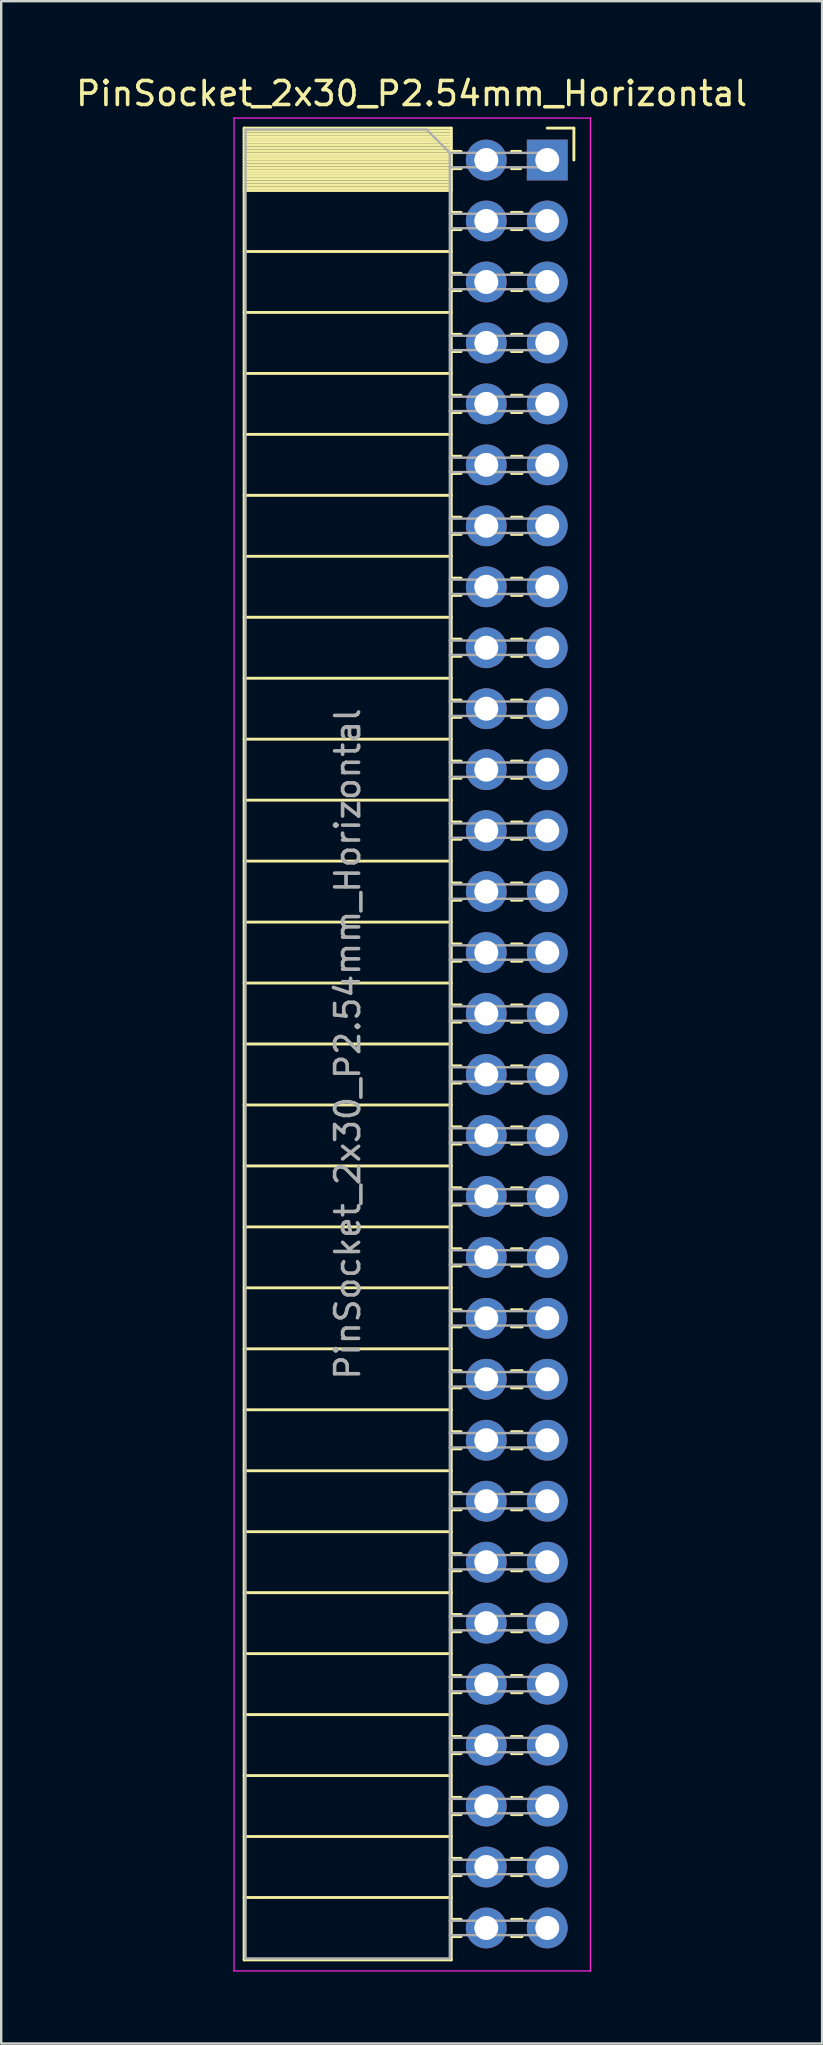
<source format=kicad_pcb>
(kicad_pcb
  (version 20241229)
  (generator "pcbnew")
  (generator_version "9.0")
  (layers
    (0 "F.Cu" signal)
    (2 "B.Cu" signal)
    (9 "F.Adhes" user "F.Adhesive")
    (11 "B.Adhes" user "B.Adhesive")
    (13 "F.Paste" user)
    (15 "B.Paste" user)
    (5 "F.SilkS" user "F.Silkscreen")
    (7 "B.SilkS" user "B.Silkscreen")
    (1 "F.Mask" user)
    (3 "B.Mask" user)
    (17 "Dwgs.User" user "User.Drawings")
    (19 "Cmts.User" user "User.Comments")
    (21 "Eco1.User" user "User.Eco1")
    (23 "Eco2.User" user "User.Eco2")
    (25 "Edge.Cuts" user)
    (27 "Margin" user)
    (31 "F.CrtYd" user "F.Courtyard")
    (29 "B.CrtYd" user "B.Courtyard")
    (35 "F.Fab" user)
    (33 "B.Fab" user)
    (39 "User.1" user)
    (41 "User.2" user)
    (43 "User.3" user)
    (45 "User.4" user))
  (footprint "PinSocket_2x30_P2.54mm_Horizontal"
    (layer "F.Cu")
    (at 19.751 3.618)
    (property "Reference" "PinSocket_2x30_P2.54mm_Horizontal" (at -5.65 -2.77 0) (layer "F.SilkS") (effects (font (size 1 1) (thickness 0.15))))
    (attr through_hole)
    (fp_line (start -12.63 -1.33) (end -12.63 74.99) (stroke (width 0.12) (type solid)) (layer "F.SilkS"))
    (fp_line (start -12.63 -1.33) (end -4 -1.33) (stroke (width 0.12) (type solid)) (layer "F.SilkS"))
    (fp_line (start -12.63 -1.21) (end -4 -1.21) (stroke (width 0.12) (type solid)) (layer "F.SilkS"))
    (fp_line (start -12.63 -1.092) (end -4 -1.092) (stroke (width 0.12) (type solid)) (layer "F.SilkS"))
    (fp_line (start -12.63 -0.974) (end -4 -0.974) (stroke (width 0.12) (type solid)) (layer "F.SilkS"))
    (fp_line (start -12.63 -0.856) (end -4 -0.856) (stroke (width 0.12) (type solid)) (layer "F.SilkS"))
    (fp_line (start -12.63 -0.738) (end -4 -0.738) (stroke (width 0.12) (type solid)) (layer "F.SilkS"))
    (fp_line (start -12.63 -0.62) (end -4 -0.62) (stroke (width 0.12) (type solid)) (layer "F.SilkS"))
    (fp_line (start -12.63 -0.501) (end -4 -0.501) (stroke (width 0.12) (type solid)) (layer "F.SilkS"))
    (fp_line (start -12.63 -0.383) (end -4 -0.383) (stroke (width 0.12) (type solid)) (layer "F.SilkS"))
    (fp_line (start -12.63 -0.265) (end -4 -0.265) (stroke (width 0.12) (type solid)) (layer "F.SilkS"))
    (fp_line (start -12.63 -0.147) (end -4 -0.147) (stroke (width 0.12) (type solid)) (layer "F.SilkS"))
    (fp_line (start -12.63 -0.029) (end -4 -0.029) (stroke (width 0.12) (type solid)) (layer "F.SilkS"))
    (fp_line (start -12.63 0.089) (end -4 0.089) (stroke (width 0.12) (type solid)) (layer "F.SilkS"))
    (fp_line (start -12.63 0.207) (end -4 0.207) (stroke (width 0.12) (type solid)) (layer "F.SilkS"))
    (fp_line (start -12.63 0.325) (end -4 0.325) (stroke (width 0.12) (type solid)) (layer "F.SilkS"))
    (fp_line (start -12.63 0.443) (end -4 0.443) (stroke (width 0.12) (type solid)) (layer "F.SilkS"))
    (fp_line (start -12.63 0.561) (end -4 0.561) (stroke (width 0.12) (type solid)) (layer "F.SilkS"))
    (fp_line (start -12.63 0.68) (end -4 0.68) (stroke (width 0.12) (type solid)) (layer "F.SilkS"))
    (fp_line (start -12.63 0.798) (end -4 0.798) (stroke (width 0.12) (type solid)) (layer "F.SilkS"))
    (fp_line (start -12.63 0.916) (end -4 0.916) (stroke (width 0.12) (type solid)) (layer "F.SilkS"))
    (fp_line (start -12.63 1.034) (end -4 1.034) (stroke (width 0.12) (type solid)) (layer "F.SilkS"))
    (fp_line (start -12.63 1.152) (end -4 1.152) (stroke (width 0.12) (type solid)) (layer "F.SilkS"))
    (fp_line (start -12.63 1.27) (end -4 1.27) (stroke (width 0.12) (type solid)) (layer "F.SilkS"))
    (fp_line (start -12.63 3.81) (end -4 3.81) (stroke (width 0.12) (type solid)) (layer "F.SilkS"))
    (fp_line (start -12.63 6.35) (end -4 6.35) (stroke (width 0.12) (type solid)) (layer "F.SilkS"))
    (fp_line (start -12.63 8.89) (end -4 8.89) (stroke (width 0.12) (type solid)) (layer "F.SilkS"))
    (fp_line (start -12.63 11.43) (end -4 11.43) (stroke (width 0.12) (type solid)) (layer "F.SilkS"))
    (fp_line (start -12.63 13.97) (end -4 13.97) (stroke (width 0.12) (type solid)) (layer "F.SilkS"))
    (fp_line (start -12.63 16.51) (end -4 16.51) (stroke (width 0.12) (type solid)) (layer "F.SilkS"))
    (fp_line (start -12.63 19.05) (end -4 19.05) (stroke (width 0.12) (type solid)) (layer "F.SilkS"))
    (fp_line (start -12.63 21.59) (end -4 21.59) (stroke (width 0.12) (type solid)) (layer "F.SilkS"))
    (fp_line (start -12.63 24.13) (end -4 24.13) (stroke (width 0.12) (type solid)) (layer "F.SilkS"))
    (fp_line (start -12.63 26.67) (end -4 26.67) (stroke (width 0.12) (type solid)) (layer "F.SilkS"))
    (fp_line (start -12.63 29.21) (end -4 29.21) (stroke (width 0.12) (type solid)) (layer "F.SilkS"))
    (fp_line (start -12.63 31.75) (end -4 31.75) (stroke (width 0.12) (type solid)) (layer "F.SilkS"))
    (fp_line (start -12.63 34.29) (end -4 34.29) (stroke (width 0.12) (type solid)) (layer "F.SilkS"))
    (fp_line (start -12.63 36.83) (end -4 36.83) (stroke (width 0.12) (type solid)) (layer "F.SilkS"))
    (fp_line (start -12.63 39.37) (end -4 39.37) (stroke (width 0.12) (type solid)) (layer "F.SilkS"))
    (fp_line (start -12.63 41.91) (end -4 41.91) (stroke (width 0.12) (type solid)) (layer "F.SilkS"))
    (fp_line (start -12.63 44.45) (end -4 44.45) (stroke (width 0.12) (type solid)) (layer "F.SilkS"))
    (fp_line (start -12.63 46.99) (end -4 46.99) (stroke (width 0.12) (type solid)) (layer "F.SilkS"))
    (fp_line (start -12.63 49.53) (end -4 49.53) (stroke (width 0.12) (type solid)) (layer "F.SilkS"))
    (fp_line (start -12.63 52.07) (end -4 52.07) (stroke (width 0.12) (type solid)) (layer "F.SilkS"))
    (fp_line (start -12.63 54.61) (end -4 54.61) (stroke (width 0.12) (type solid)) (layer "F.SilkS"))
    (fp_line (start -12.63 57.15) (end -4 57.15) (stroke (width 0.12) (type solid)) (layer "F.SilkS"))
    (fp_line (start -12.63 59.69) (end -4 59.69) (stroke (width 0.12) (type solid)) (layer "F.SilkS"))
    (fp_line (start -12.63 62.23) (end -4 62.23) (stroke (width 0.12) (type solid)) (layer "F.SilkS"))
    (fp_line (start -12.63 64.77) (end -4 64.77) (stroke (width 0.12) (type solid)) (layer "F.SilkS"))
    (fp_line (start -12.63 67.31) (end -4 67.31) (stroke (width 0.12) (type solid)) (layer "F.SilkS"))
    (fp_line (start -12.63 69.85) (end -4 69.85) (stroke (width 0.12) (type solid)) (layer "F.SilkS"))
    (fp_line (start -12.63 72.39) (end -4 72.39) (stroke (width 0.12) (type solid)) (layer "F.SilkS"))
    (fp_line (start -12.63 74.99) (end -4 74.99) (stroke (width 0.12) (type solid)) (layer "F.SilkS"))
    (fp_line (start -4 -1.33) (end -4 74.99) (stroke (width 0.12) (type solid)) (layer "F.SilkS"))
    (fp_line (start -4 -0.36) (end -3.59 -0.36) (stroke (width 0.12) (type solid)) (layer "F.SilkS"))
    (fp_line (start -4 0.36) (end -3.59 0.36) (stroke (width 0.12) (type solid)) (layer "F.SilkS"))
    (fp_line (start -4 2.18) (end -3.59 2.18) (stroke (width 0.12) (type solid)) (layer "F.SilkS"))
    (fp_line (start -4 2.9) (end -3.59 2.9) (stroke (width 0.12) (type solid)) (layer "F.SilkS"))
    (fp_line (start -4 4.72) (end -3.59 4.72) (stroke (width 0.12) (type solid)) (layer "F.SilkS"))
    (fp_line (start -4 5.44) (end -3.59 5.44) (stroke (width 0.12) (type solid)) (layer "F.SilkS"))
    (fp_line (start -4 7.26) (end -3.59 7.26) (stroke (width 0.12) (type solid)) (layer "F.SilkS"))
    (fp_line (start -4 7.98) (end -3.59 7.98) (stroke (width 0.12) (type solid)) (layer "F.SilkS"))
    (fp_line (start -4 9.8) (end -3.59 9.8) (stroke (width 0.12) (type solid)) (layer "F.SilkS"))
    (fp_line (start -4 10.52) (end -3.59 10.52) (stroke (width 0.12) (type solid)) (layer "F.SilkS"))
    (fp_line (start -4 12.34) (end -3.59 12.34) (stroke (width 0.12) (type solid)) (layer "F.SilkS"))
    (fp_line (start -4 13.06) (end -3.59 13.06) (stroke (width 0.12) (type solid)) (layer "F.SilkS"))
    (fp_line (start -4 14.88) (end -3.59 14.88) (stroke (width 0.12) (type solid)) (layer "F.SilkS"))
    (fp_line (start -4 15.6) (end -3.59 15.6) (stroke (width 0.12) (type solid)) (layer "F.SilkS"))
    (fp_line (start -4 17.42) (end -3.59 17.42) (stroke (width 0.12) (type solid)) (layer "F.SilkS"))
    (fp_line (start -4 18.14) (end -3.59 18.14) (stroke (width 0.12) (type solid)) (layer "F.SilkS"))
    (fp_line (start -4 19.96) (end -3.59 19.96) (stroke (width 0.12) (type solid)) (layer "F.SilkS"))
    (fp_line (start -4 20.68) (end -3.59 20.68) (stroke (width 0.12) (type solid)) (layer "F.SilkS"))
    (fp_line (start -4 22.5) (end -3.59 22.5) (stroke (width 0.12) (type solid)) (layer "F.SilkS"))
    (fp_line (start -4 23.22) (end -3.59 23.22) (stroke (width 0.12) (type solid)) (layer "F.SilkS"))
    (fp_line (start -4 25.04) (end -3.59 25.04) (stroke (width 0.12) (type solid)) (layer "F.SilkS"))
    (fp_line (start -4 25.76) (end -3.59 25.76) (stroke (width 0.12) (type solid)) (layer "F.SilkS"))
    (fp_line (start -4 27.58) (end -3.59 27.58) (stroke (width 0.12) (type solid)) (layer "F.SilkS"))
    (fp_line (start -4 28.3) (end -3.59 28.3) (stroke (width 0.12) (type solid)) (layer "F.SilkS"))
    (fp_line (start -4 30.12) (end -3.59 30.12) (stroke (width 0.12) (type solid)) (layer "F.SilkS"))
    (fp_line (start -4 30.84) (end -3.59 30.84) (stroke (width 0.12) (type solid)) (layer "F.SilkS"))
    (fp_line (start -4 32.66) (end -3.59 32.66) (stroke (width 0.12) (type solid)) (layer "F.SilkS"))
    (fp_line (start -4 33.38) (end -3.59 33.38) (stroke (width 0.12) (type solid)) (layer "F.SilkS"))
    (fp_line (start -4 35.2) (end -3.59 35.2) (stroke (width 0.12) (type solid)) (layer "F.SilkS"))
    (fp_line (start -4 35.92) (end -3.59 35.92) (stroke (width 0.12) (type solid)) (layer "F.SilkS"))
    (fp_line (start -4 37.74) (end -3.59 37.74) (stroke (width 0.12) (type solid)) (layer "F.SilkS"))
    (fp_line (start -4 38.46) (end -3.59 38.46) (stroke (width 0.12) (type solid)) (layer "F.SilkS"))
    (fp_line (start -4 40.28) (end -3.59 40.28) (stroke (width 0.12) (type solid)) (layer "F.SilkS"))
    (fp_line (start -4 41) (end -3.59 41) (stroke (width 0.12) (type solid)) (layer "F.SilkS"))
    (fp_line (start -4 42.82) (end -3.59 42.82) (stroke (width 0.12) (type solid)) (layer "F.SilkS"))
    (fp_line (start -4 43.54) (end -3.59 43.54) (stroke (width 0.12) (type solid)) (layer "F.SilkS"))
    (fp_line (start -4 45.36) (end -3.59 45.36) (stroke (width 0.12) (type solid)) (layer "F.SilkS"))
    (fp_line (start -4 46.08) (end -3.59 46.08) (stroke (width 0.12) (type solid)) (layer "F.SilkS"))
    (fp_line (start -4 47.9) (end -3.59 47.9) (stroke (width 0.12) (type solid)) (layer "F.SilkS"))
    (fp_line (start -4 48.62) (end -3.59 48.62) (stroke (width 0.12) (type solid)) (layer "F.SilkS"))
    (fp_line (start -4 50.44) (end -3.59 50.44) (stroke (width 0.12) (type solid)) (layer "F.SilkS"))
    (fp_line (start -4 51.16) (end -3.59 51.16) (stroke (width 0.12) (type solid)) (layer "F.SilkS"))
    (fp_line (start -4 52.98) (end -3.59 52.98) (stroke (width 0.12) (type solid)) (layer "F.SilkS"))
    (fp_line (start -4 53.7) (end -3.59 53.7) (stroke (width 0.12) (type solid)) (layer "F.SilkS"))
    (fp_line (start -4 55.52) (end -3.59 55.52) (stroke (width 0.12) (type solid)) (layer "F.SilkS"))
    (fp_line (start -4 56.24) (end -3.59 56.24) (stroke (width 0.12) (type solid)) (layer "F.SilkS"))
    (fp_line (start -4 58.06) (end -3.59 58.06) (stroke (width 0.12) (type solid)) (layer "F.SilkS"))
    (fp_line (start -4 58.78) (end -3.59 58.78) (stroke (width 0.12) (type solid)) (layer "F.SilkS"))
    (fp_line (start -4 60.6) (end -3.59 60.6) (stroke (width 0.12) (type solid)) (layer "F.SilkS"))
    (fp_line (start -4 61.32) (end -3.59 61.32) (stroke (width 0.12) (type solid)) (layer "F.SilkS"))
    (fp_line (start -4 63.14) (end -3.59 63.14) (stroke (width 0.12) (type solid)) (layer "F.SilkS"))
    (fp_line (start -4 63.86) (end -3.59 63.86) (stroke (width 0.12) (type solid)) (layer "F.SilkS"))
    (fp_line (start -4 65.68) (end -3.59 65.68) (stroke (width 0.12) (type solid)) (layer "F.SilkS"))
    (fp_line (start -4 66.4) (end -3.59 66.4) (stroke (width 0.12) (type solid)) (layer "F.SilkS"))
    (fp_line (start -4 68.22) (end -3.59 68.22) (stroke (width 0.12) (type solid)) (layer "F.SilkS"))
    (fp_line (start -4 68.94) (end -3.59 68.94) (stroke (width 0.12) (type solid)) (layer "F.SilkS"))
    (fp_line (start -4 70.76) (end -3.59 70.76) (stroke (width 0.12) (type solid)) (layer "F.SilkS"))
    (fp_line (start -4 71.48) (end -3.59 71.48) (stroke (width 0.12) (type solid)) (layer "F.SilkS"))
    (fp_line (start -4 73.3) (end -3.59 73.3) (stroke (width 0.12) (type solid)) (layer "F.SilkS"))
    (fp_line (start -4 74.02) (end -3.59 74.02) (stroke (width 0.12) (type solid)) (layer "F.SilkS"))
    (fp_line (start -1.49 -0.36) (end -1.11 -0.36) (stroke (width 0.12) (type solid)) (layer "F.SilkS"))
    (fp_line (start -1.49 0.36) (end -1.11 0.36) (stroke (width 0.12) (type solid)) (layer "F.SilkS"))
    (fp_line (start -1.49 2.18) (end -1.05 2.18) (stroke (width 0.12) (type solid)) (layer "F.SilkS"))
    (fp_line (start -1.49 2.9) (end -1.05 2.9) (stroke (width 0.12) (type solid)) (layer "F.SilkS"))
    (fp_line (start -1.49 4.72) (end -1.05 4.72) (stroke (width 0.12) (type solid)) (layer "F.SilkS"))
    (fp_line (start -1.49 5.44) (end -1.05 5.44) (stroke (width 0.12) (type solid)) (layer "F.SilkS"))
    (fp_line (start -1.49 7.26) (end -1.05 7.26) (stroke (width 0.12) (type solid)) (layer "F.SilkS"))
    (fp_line (start -1.49 7.98) (end -1.05 7.98) (stroke (width 0.12) (type solid)) (layer "F.SilkS"))
    (fp_line (start -1.49 9.8) (end -1.05 9.8) (stroke (width 0.12) (type solid)) (layer "F.SilkS"))
    (fp_line (start -1.49 10.52) (end -1.05 10.52) (stroke (width 0.12) (type solid)) (layer "F.SilkS"))
    (fp_line (start -1.49 12.34) (end -1.05 12.34) (stroke (width 0.12) (type solid)) (layer "F.SilkS"))
    (fp_line (start -1.49 13.06) (end -1.05 13.06) (stroke (width 0.12) (type solid)) (layer "F.SilkS"))
    (fp_line (start -1.49 14.88) (end -1.05 14.88) (stroke (width 0.12) (type solid)) (layer "F.SilkS"))
    (fp_line (start -1.49 15.6) (end -1.05 15.6) (stroke (width 0.12) (type solid)) (layer "F.SilkS"))
    (fp_line (start -1.49 17.42) (end -1.05 17.42) (stroke (width 0.12) (type solid)) (layer "F.SilkS"))
    (fp_line (start -1.49 18.14) (end -1.05 18.14) (stroke (width 0.12) (type solid)) (layer "F.SilkS"))
    (fp_line (start -1.49 19.96) (end -1.05 19.96) (stroke (width 0.12) (type solid)) (layer "F.SilkS"))
    (fp_line (start -1.49 20.68) (end -1.05 20.68) (stroke (width 0.12) (type solid)) (layer "F.SilkS"))
    (fp_line (start -1.49 22.5) (end -1.05 22.5) (stroke (width 0.12) (type solid)) (layer "F.SilkS"))
    (fp_line (start -1.49 23.22) (end -1.05 23.22) (stroke (width 0.12) (type solid)) (layer "F.SilkS"))
    (fp_line (start -1.49 25.04) (end -1.05 25.04) (stroke (width 0.12) (type solid)) (layer "F.SilkS"))
    (fp_line (start -1.49 25.76) (end -1.05 25.76) (stroke (width 0.12) (type solid)) (layer "F.SilkS"))
    (fp_line (start -1.49 27.58) (end -1.05 27.58) (stroke (width 0.12) (type solid)) (layer "F.SilkS"))
    (fp_line (start -1.49 28.3) (end -1.05 28.3) (stroke (width 0.12) (type solid)) (layer "F.SilkS"))
    (fp_line (start -1.49 30.12) (end -1.05 30.12) (stroke (width 0.12) (type solid)) (layer "F.SilkS"))
    (fp_line (start -1.49 30.84) (end -1.05 30.84) (stroke (width 0.12) (type solid)) (layer "F.SilkS"))
    (fp_line (start -1.49 32.66) (end -1.05 32.66) (stroke (width 0.12) (type solid)) (layer "F.SilkS"))
    (fp_line (start -1.49 33.38) (end -1.05 33.38) (stroke (width 0.12) (type solid)) (layer "F.SilkS"))
    (fp_line (start -1.49 35.2) (end -1.05 35.2) (stroke (width 0.12) (type solid)) (layer "F.SilkS"))
    (fp_line (start -1.49 35.92) (end -1.05 35.92) (stroke (width 0.12) (type solid)) (layer "F.SilkS"))
    (fp_line (start -1.49 37.74) (end -1.05 37.74) (stroke (width 0.12) (type solid)) (layer "F.SilkS"))
    (fp_line (start -1.49 38.46) (end -1.05 38.46) (stroke (width 0.12) (type solid)) (layer "F.SilkS"))
    (fp_line (start -1.49 40.28) (end -1.05 40.28) (stroke (width 0.12) (type solid)) (layer "F.SilkS"))
    (fp_line (start -1.49 41) (end -1.05 41) (stroke (width 0.12) (type solid)) (layer "F.SilkS"))
    (fp_line (start -1.49 42.82) (end -1.05 42.82) (stroke (width 0.12) (type solid)) (layer "F.SilkS"))
    (fp_line (start -1.49 43.54) (end -1.05 43.54) (stroke (width 0.12) (type solid)) (layer "F.SilkS"))
    (fp_line (start -1.49 45.36) (end -1.05 45.36) (stroke (width 0.12) (type solid)) (layer "F.SilkS"))
    (fp_line (start -1.49 46.08) (end -1.05 46.08) (stroke (width 0.12) (type solid)) (layer "F.SilkS"))
    (fp_line (start -1.49 47.9) (end -1.05 47.9) (stroke (width 0.12) (type solid)) (layer "F.SilkS"))
    (fp_line (start -1.49 48.62) (end -1.05 48.62) (stroke (width 0.12) (type solid)) (layer "F.SilkS"))
    (fp_line (start -1.49 50.44) (end -1.05 50.44) (stroke (width 0.12) (type solid)) (layer "F.SilkS"))
    (fp_line (start -1.49 51.16) (end -1.05 51.16) (stroke (width 0.12) (type solid)) (layer "F.SilkS"))
    (fp_line (start -1.49 52.98) (end -1.05 52.98) (stroke (width 0.12) (type solid)) (layer "F.SilkS"))
    (fp_line (start -1.49 53.7) (end -1.05 53.7) (stroke (width 0.12) (type solid)) (layer "F.SilkS"))
    (fp_line (start -1.49 55.52) (end -1.05 55.52) (stroke (width 0.12) (type solid)) (layer "F.SilkS"))
    (fp_line (start -1.49 56.24) (end -1.05 56.24) (stroke (width 0.12) (type solid)) (layer "F.SilkS"))
    (fp_line (start -1.49 58.06) (end -1.05 58.06) (stroke (width 0.12) (type solid)) (layer "F.SilkS"))
    (fp_line (start -1.49 58.78) (end -1.05 58.78) (stroke (width 0.12) (type solid)) (layer "F.SilkS"))
    (fp_line (start -1.49 60.6) (end -1.05 60.6) (stroke (width 0.12) (type solid)) (layer "F.SilkS"))
    (fp_line (start -1.49 61.32) (end -1.05 61.32) (stroke (width 0.12) (type solid)) (layer "F.SilkS"))
    (fp_line (start -1.49 63.14) (end -1.05 63.14) (stroke (width 0.12) (type solid)) (layer "F.SilkS"))
    (fp_line (start -1.49 63.86) (end -1.05 63.86) (stroke (width 0.12) (type solid)) (layer "F.SilkS"))
    (fp_line (start -1.49 65.68) (end -1.05 65.68) (stroke (width 0.12) (type solid)) (layer "F.SilkS"))
    (fp_line (start -1.49 66.4) (end -1.05 66.4) (stroke (width 0.12) (type solid)) (layer "F.SilkS"))
    (fp_line (start -1.49 68.22) (end -1.05 68.22) (stroke (width 0.12) (type solid)) (layer "F.SilkS"))
    (fp_line (start -1.49 68.94) (end -1.05 68.94) (stroke (width 0.12) (type solid)) (layer "F.SilkS"))
    (fp_line (start -1.49 70.76) (end -1.05 70.76) (stroke (width 0.12) (type solid)) (layer "F.SilkS"))
    (fp_line (start -1.49 71.48) (end -1.05 71.48) (stroke (width 0.12) (type solid)) (layer "F.SilkS"))
    (fp_line (start -1.49 73.3) (end -1.05 73.3) (stroke (width 0.12) (type solid)) (layer "F.SilkS"))
    (fp_line (start -1.49 74.02) (end -1.05 74.02) (stroke (width 0.12) (type solid)) (layer "F.SilkS"))
    (fp_line (start 0 -1.33) (end 1.11 -1.33) (stroke (width 0.12) (type solid)) (layer "F.SilkS"))
    (fp_line (start 1.11 -1.33) (end 1.11 0) (stroke (width 0.12) (type solid)) (layer "F.SilkS"))
    (fp_line (start -13.05 -1.75) (end -13.05 75.45) (stroke (width 0.05) (type solid)) (layer "F.CrtYd"))
    (fp_line (start -13.05 75.45) (end 1.8 75.45) (stroke (width 0.05) (type solid)) (layer "F.CrtYd"))
    (fp_line (start 1.8 -1.75) (end -13.05 -1.75) (stroke (width 0.05) (type solid)) (layer "F.CrtYd"))
    (fp_line (start 1.8 75.45) (end 1.8 -1.75) (stroke (width 0.05) (type solid)) (layer "F.CrtYd"))
    (fp_line (start -12.57 -1.27) (end -5.03 -1.27) (stroke (width 0.1) (type solid)) (layer "F.Fab"))
    (fp_line (start -12.57 74.93) (end -12.57 -1.27) (stroke (width 0.1) (type solid)) (layer "F.Fab"))
    (fp_line (start -5.03 -1.27) (end -4.06 -0.3) (stroke (width 0.1) (type solid)) (layer "F.Fab"))
    (fp_line (start -4.06 -0.3) (end -4.06 74.93) (stroke (width 0.1) (type solid)) (layer "F.Fab"))
    (fp_line (start -4.06 0.3) (end 0 0.3) (stroke (width 0.1) (type solid)) (layer "F.Fab"))
    (fp_line (start -4.06 2.84) (end 0 2.84) (stroke (width 0.1) (type solid)) (layer "F.Fab"))
    (fp_line (start -4.06 5.38) (end 0 5.38) (stroke (width 0.1) (type solid)) (layer "F.Fab"))
    (fp_line (start -4.06 7.92) (end 0 7.92) (stroke (width 0.1) (type solid)) (layer "F.Fab"))
    (fp_line (start -4.06 10.46) (end 0 10.46) (stroke (width 0.1) (type solid)) (layer "F.Fab"))
    (fp_line (start -4.06 13) (end 0 13) (stroke (width 0.1) (type solid)) (layer "F.Fab"))
    (fp_line (start -4.06 15.54) (end 0 15.54) (stroke (width 0.1) (type solid)) (layer "F.Fab"))
    (fp_line (start -4.06 18.08) (end 0 18.08) (stroke (width 0.1) (type solid)) (layer "F.Fab"))
    (fp_line (start -4.06 20.62) (end 0 20.62) (stroke (width 0.1) (type solid)) (layer "F.Fab"))
    (fp_line (start -4.06 23.16) (end 0 23.16) (stroke (width 0.1) (type solid)) (layer "F.Fab"))
    (fp_line (start -4.06 25.7) (end 0 25.7) (stroke (width 0.1) (type solid)) (layer "F.Fab"))
    (fp_line (start -4.06 28.24) (end 0 28.24) (stroke (width 0.1) (type solid)) (layer "F.Fab"))
    (fp_line (start -4.06 30.78) (end 0 30.78) (stroke (width 0.1) (type solid)) (layer "F.Fab"))
    (fp_line (start -4.06 33.32) (end 0 33.32) (stroke (width 0.1) (type solid)) (layer "F.Fab"))
    (fp_line (start -4.06 35.86) (end 0 35.86) (stroke (width 0.1) (type solid)) (layer "F.Fab"))
    (fp_line (start -4.06 38.4) (end 0 38.4) (stroke (width 0.1) (type solid)) (layer "F.Fab"))
    (fp_line (start -4.06 40.94) (end 0 40.94) (stroke (width 0.1) (type solid)) (layer "F.Fab"))
    (fp_line (start -4.06 43.48) (end 0 43.48) (stroke (width 0.1) (type solid)) (layer "F.Fab"))
    (fp_line (start -4.06 46.02) (end 0 46.02) (stroke (width 0.1) (type solid)) (layer "F.Fab"))
    (fp_line (start -4.06 48.56) (end 0 48.56) (stroke (width 0.1) (type solid)) (layer "F.Fab"))
    (fp_line (start -4.06 51.1) (end 0 51.1) (stroke (width 0.1) (type solid)) (layer "F.Fab"))
    (fp_line (start -4.06 53.64) (end 0 53.64) (stroke (width 0.1) (type solid)) (layer "F.Fab"))
    (fp_line (start -4.06 56.18) (end 0 56.18) (stroke (width 0.1) (type solid)) (layer "F.Fab"))
    (fp_line (start -4.06 58.72) (end 0 58.72) (stroke (width 0.1) (type solid)) (layer "F.Fab"))
    (fp_line (start -4.06 61.26) (end 0 61.26) (stroke (width 0.1) (type solid)) (layer "F.Fab"))
    (fp_line (start -4.06 63.8) (end 0 63.8) (stroke (width 0.1) (type solid)) (layer "F.Fab"))
    (fp_line (start -4.06 66.34) (end 0 66.34) (stroke (width 0.1) (type solid)) (layer "F.Fab"))
    (fp_line (start -4.06 68.88) (end 0 68.88) (stroke (width 0.1) (type solid)) (layer "F.Fab"))
    (fp_line (start -4.06 71.42) (end 0 71.42) (stroke (width 0.1) (type solid)) (layer "F.Fab"))
    (fp_line (start -4.06 73.96) (end 0 73.96) (stroke (width 0.1) (type solid)) (layer "F.Fab"))
    (fp_line (start -4.06 74.93) (end -12.57 74.93) (stroke (width 0.1) (type solid)) (layer "F.Fab"))
    (fp_line (start 0 -0.3) (end -4.06 -0.3) (stroke (width 0.1) (type solid)) (layer "F.Fab"))
    (fp_line (start 0 0.3) (end 0 -0.3) (stroke (width 0.1) (type solid)) (layer "F.Fab"))
    (fp_line (start 0 2.24) (end -4.06 2.24) (stroke (width 0.1) (type solid)) (layer "F.Fab"))
    (fp_line (start 0 2.84) (end 0 2.24) (stroke (width 0.1) (type solid)) (layer "F.Fab"))
    (fp_line (start 0 4.78) (end -4.06 4.78) (stroke (width 0.1) (type solid)) (layer "F.Fab"))
    (fp_line (start 0 5.38) (end 0 4.78) (stroke (width 0.1) (type solid)) (layer "F.Fab"))
    (fp_line (start 0 7.32) (end -4.06 7.32) (stroke (width 0.1) (type solid)) (layer "F.Fab"))
    (fp_line (start 0 7.92) (end 0 7.32) (stroke (width 0.1) (type solid)) (layer "F.Fab"))
    (fp_line (start 0 9.86) (end -4.06 9.86) (stroke (width 0.1) (type solid)) (layer "F.Fab"))
    (fp_line (start 0 10.46) (end 0 9.86) (stroke (width 0.1) (type solid)) (layer "F.Fab"))
    (fp_line (start 0 12.4) (end -4.06 12.4) (stroke (width 0.1) (type solid)) (layer "F.Fab"))
    (fp_line (start 0 13) (end 0 12.4) (stroke (width 0.1) (type solid)) (layer "F.Fab"))
    (fp_line (start 0 14.94) (end -4.06 14.94) (stroke (width 0.1) (type solid)) (layer "F.Fab"))
    (fp_line (start 0 15.54) (end 0 14.94) (stroke (width 0.1) (type solid)) (layer "F.Fab"))
    (fp_line (start 0 17.48) (end -4.06 17.48) (stroke (width 0.1) (type solid)) (layer "F.Fab"))
    (fp_line (start 0 18.08) (end 0 17.48) (stroke (width 0.1) (type solid)) (layer "F.Fab"))
    (fp_line (start 0 20.02) (end -4.06 20.02) (stroke (width 0.1) (type solid)) (layer "F.Fab"))
    (fp_line (start 0 20.62) (end 0 20.02) (stroke (width 0.1) (type solid)) (layer "F.Fab"))
    (fp_line (start 0 22.56) (end -4.06 22.56) (stroke (width 0.1) (type solid)) (layer "F.Fab"))
    (fp_line (start 0 23.16) (end 0 22.56) (stroke (width 0.1) (type solid)) (layer "F.Fab"))
    (fp_line (start 0 25.1) (end -4.06 25.1) (stroke (width 0.1) (type solid)) (layer "F.Fab"))
    (fp_line (start 0 25.7) (end 0 25.1) (stroke (width 0.1) (type solid)) (layer "F.Fab"))
    (fp_line (start 0 27.64) (end -4.06 27.64) (stroke (width 0.1) (type solid)) (layer "F.Fab"))
    (fp_line (start 0 28.24) (end 0 27.64) (stroke (width 0.1) (type solid)) (layer "F.Fab"))
    (fp_line (start 0 30.18) (end -4.06 30.18) (stroke (width 0.1) (type solid)) (layer "F.Fab"))
    (fp_line (start 0 30.78) (end 0 30.18) (stroke (width 0.1) (type solid)) (layer "F.Fab"))
    (fp_line (start 0 32.72) (end -4.06 32.72) (stroke (width 0.1) (type solid)) (layer "F.Fab"))
    (fp_line (start 0 33.32) (end 0 32.72) (stroke (width 0.1) (type solid)) (layer "F.Fab"))
    (fp_line (start 0 35.26) (end -4.06 35.26) (stroke (width 0.1) (type solid)) (layer "F.Fab"))
    (fp_line (start 0 35.86) (end 0 35.26) (stroke (width 0.1) (type solid)) (layer "F.Fab"))
    (fp_line (start 0 37.8) (end -4.06 37.8) (stroke (width 0.1) (type solid)) (layer "F.Fab"))
    (fp_line (start 0 38.4) (end 0 37.8) (stroke (width 0.1) (type solid)) (layer "F.Fab"))
    (fp_line (start 0 40.34) (end -4.06 40.34) (stroke (width 0.1) (type solid)) (layer "F.Fab"))
    (fp_line (start 0 40.94) (end 0 40.34) (stroke (width 0.1) (type solid)) (layer "F.Fab"))
    (fp_line (start 0 42.88) (end -4.06 42.88) (stroke (width 0.1) (type solid)) (layer "F.Fab"))
    (fp_line (start 0 43.48) (end 0 42.88) (stroke (width 0.1) (type solid)) (layer "F.Fab"))
    (fp_line (start 0 45.42) (end -4.06 45.42) (stroke (width 0.1) (type solid)) (layer "F.Fab"))
    (fp_line (start 0 46.02) (end 0 45.42) (stroke (width 0.1) (type solid)) (layer "F.Fab"))
    (fp_line (start 0 47.96) (end -4.06 47.96) (stroke (width 0.1) (type solid)) (layer "F.Fab"))
    (fp_line (start 0 48.56) (end 0 47.96) (stroke (width 0.1) (type solid)) (layer "F.Fab"))
    (fp_line (start 0 50.5) (end -4.06 50.5) (stroke (width 0.1) (type solid)) (layer "F.Fab"))
    (fp_line (start 0 51.1) (end 0 50.5) (stroke (width 0.1) (type solid)) (layer "F.Fab"))
    (fp_line (start 0 53.04) (end -4.06 53.04) (stroke (width 0.1) (type solid)) (layer "F.Fab"))
    (fp_line (start 0 53.64) (end 0 53.04) (stroke (width 0.1) (type solid)) (layer "F.Fab"))
    (fp_line (start 0 55.58) (end -4.06 55.58) (stroke (width 0.1) (type solid)) (layer "F.Fab"))
    (fp_line (start 0 56.18) (end 0 55.58) (stroke (width 0.1) (type solid)) (layer "F.Fab"))
    (fp_line (start 0 58.12) (end -4.06 58.12) (stroke (width 0.1) (type solid)) (layer "F.Fab"))
    (fp_line (start 0 58.72) (end 0 58.12) (stroke (width 0.1) (type solid)) (layer "F.Fab"))
    (fp_line (start 0 60.66) (end -4.06 60.66) (stroke (width 0.1) (type solid)) (layer "F.Fab"))
    (fp_line (start 0 61.26) (end 0 60.66) (stroke (width 0.1) (type solid)) (layer "F.Fab"))
    (fp_line (start 0 63.2) (end -4.06 63.2) (stroke (width 0.1) (type solid)) (layer "F.Fab"))
    (fp_line (start 0 63.8) (end 0 63.2) (stroke (width 0.1) (type solid)) (layer "F.Fab"))
    (fp_line (start 0 65.74) (end -4.06 65.74) (stroke (width 0.1) (type solid)) (layer "F.Fab"))
    (fp_line (start 0 66.34) (end 0 65.74) (stroke (width 0.1) (type solid)) (layer "F.Fab"))
    (fp_line (start 0 68.28) (end -4.06 68.28) (stroke (width 0.1) (type solid)) (layer "F.Fab"))
    (fp_line (start 0 68.88) (end 0 68.28) (stroke (width 0.1) (type solid)) (layer "F.Fab"))
    (fp_line (start 0 70.82) (end -4.06 70.82) (stroke (width 0.1) (type solid)) (layer "F.Fab"))
    (fp_line (start 0 71.42) (end 0 70.82) (stroke (width 0.1) (type solid)) (layer "F.Fab"))
    (fp_line (start 0 73.36) (end -4.06 73.36) (stroke (width 0.1) (type solid)) (layer "F.Fab"))
    (fp_line (start 0 73.96) (end 0 73.36) (stroke (width 0.1) (type solid)) (layer "F.Fab"))
    (fp_text user "${REFERENCE}" (at -8.315 36.83 90) (layer "F.Fab") (effects (font (size 1 1) (thickness 0.15))))
    (pad "1" thru_hole rect (at 0 0) (size 1.7 1.7) (drill 1) (layers "*.Cu" "*.Mask"))
    (pad "2" thru_hole circle (at -2.54 0) (size 1.7 1.7) (drill 1) (layers "*.Cu" "*.Mask"))
    (pad "3" thru_hole circle (at 0 2.54) (size 1.7 1.7) (drill 1) (layers "*.Cu" "*.Mask"))
    (pad "4" thru_hole circle (at -2.54 2.54) (size 1.7 1.7) (drill 1) (layers "*.Cu" "*.Mask"))
    (pad "5" thru_hole circle (at 0 5.08) (size 1.7 1.7) (drill 1) (layers "*.Cu" "*.Mask"))
    (pad "6" thru_hole circle (at -2.54 5.08) (size 1.7 1.7) (drill 1) (layers "*.Cu" "*.Mask"))
    (pad "7" thru_hole circle (at 0 7.62) (size 1.7 1.7) (drill 1) (layers "*.Cu" "*.Mask"))
    (pad "8" thru_hole circle (at -2.54 7.62) (size 1.7 1.7) (drill 1) (layers "*.Cu" "*.Mask"))
    (pad "9" thru_hole circle (at 0 10.16) (size 1.7 1.7) (drill 1) (layers "*.Cu" "*.Mask"))
    (pad "10" thru_hole circle (at -2.54 10.16) (size 1.7 1.7) (drill 1) (layers "*.Cu" "*.Mask"))
    (pad "11" thru_hole circle (at 0 12.7) (size 1.7 1.7) (drill 1) (layers "*.Cu" "*.Mask"))
    (pad "12" thru_hole circle (at -2.54 12.7) (size 1.7 1.7) (drill 1) (layers "*.Cu" "*.Mask"))
    (pad "13" thru_hole circle (at 0 15.24) (size 1.7 1.7) (drill 1) (layers "*.Cu" "*.Mask"))
    (pad "14" thru_hole circle (at -2.54 15.24) (size 1.7 1.7) (drill 1) (layers "*.Cu" "*.Mask"))
    (pad "15" thru_hole circle (at 0 17.78) (size 1.7 1.7) (drill 1) (layers "*.Cu" "*.Mask"))
    (pad "16" thru_hole circle (at -2.54 17.78) (size 1.7 1.7) (drill 1) (layers "*.Cu" "*.Mask"))
    (pad "17" thru_hole circle (at 0 20.32) (size 1.7 1.7) (drill 1) (layers "*.Cu" "*.Mask"))
    (pad "18" thru_hole circle (at -2.54 20.32) (size 1.7 1.7) (drill 1) (layers "*.Cu" "*.Mask"))
    (pad "19" thru_hole circle (at 0 22.86) (size 1.7 1.7) (drill 1) (layers "*.Cu" "*.Mask"))
    (pad "20" thru_hole circle (at -2.54 22.86) (size 1.7 1.7) (drill 1) (layers "*.Cu" "*.Mask"))
    (pad "21" thru_hole circle (at 0 25.4) (size 1.7 1.7) (drill 1) (layers "*.Cu" "*.Mask"))
    (pad "22" thru_hole circle (at -2.54 25.4) (size 1.7 1.7) (drill 1) (layers "*.Cu" "*.Mask"))
    (pad "23" thru_hole circle (at 0 27.94) (size 1.7 1.7) (drill 1) (layers "*.Cu" "*.Mask"))
    (pad "24" thru_hole circle (at -2.54 27.94) (size 1.7 1.7) (drill 1) (layers "*.Cu" "*.Mask"))
    (pad "25" thru_hole circle (at 0 30.48) (size 1.7 1.7) (drill 1) (layers "*.Cu" "*.Mask"))
    (pad "26" thru_hole circle (at -2.54 30.48) (size 1.7 1.7) (drill 1) (layers "*.Cu" "*.Mask"))
    (pad "27" thru_hole circle (at 0 33.02) (size 1.7 1.7) (drill 1) (layers "*.Cu" "*.Mask"))
    (pad "28" thru_hole circle (at -2.54 33.02) (size 1.7 1.7) (drill 1) (layers "*.Cu" "*.Mask"))
    (pad "29" thru_hole circle (at 0 35.56) (size 1.7 1.7) (drill 1) (layers "*.Cu" "*.Mask"))
    (pad "30" thru_hole circle (at -2.54 35.56) (size 1.7 1.7) (drill 1) (layers "*.Cu" "*.Mask"))
    (pad "31" thru_hole circle (at 0 38.1) (size 1.7 1.7) (drill 1) (layers "*.Cu" "*.Mask"))
    (pad "32" thru_hole circle (at -2.54 38.1) (size 1.7 1.7) (drill 1) (layers "*.Cu" "*.Mask"))
    (pad "33" thru_hole circle (at 0 40.64) (size 1.7 1.7) (drill 1) (layers "*.Cu" "*.Mask"))
    (pad "34" thru_hole circle (at -2.54 40.64) (size 1.7 1.7) (drill 1) (layers "*.Cu" "*.Mask"))
    (pad "35" thru_hole circle (at 0 43.18) (size 1.7 1.7) (drill 1) (layers "*.Cu" "*.Mask"))
    (pad "36" thru_hole circle (at -2.54 43.18) (size 1.7 1.7) (drill 1) (layers "*.Cu" "*.Mask"))
    (pad "37" thru_hole circle (at 0 45.72) (size 1.7 1.7) (drill 1) (layers "*.Cu" "*.Mask"))
    (pad "38" thru_hole circle (at -2.54 45.72) (size 1.7 1.7) (drill 1) (layers "*.Cu" "*.Mask"))
    (pad "39" thru_hole circle (at 0 48.26) (size 1.7 1.7) (drill 1) (layers "*.Cu" "*.Mask"))
    (pad "40" thru_hole circle (at -2.54 48.26) (size 1.7 1.7) (drill 1) (layers "*.Cu" "*.Mask"))
    (pad "41" thru_hole circle (at 0 50.8) (size 1.7 1.7) (drill 1) (layers "*.Cu" "*.Mask"))
    (pad "42" thru_hole circle (at -2.54 50.8) (size 1.7 1.7) (drill 1) (layers "*.Cu" "*.Mask"))
    (pad "43" thru_hole circle (at 0 53.34) (size 1.7 1.7) (drill 1) (layers "*.Cu" "*.Mask"))
    (pad "44" thru_hole circle (at -2.54 53.34) (size 1.7 1.7) (drill 1) (layers "*.Cu" "*.Mask"))
    (pad "45" thru_hole circle (at 0 55.88) (size 1.7 1.7) (drill 1) (layers "*.Cu" "*.Mask"))
    (pad "46" thru_hole circle (at -2.54 55.88) (size 1.7 1.7) (drill 1) (layers "*.Cu" "*.Mask"))
    (pad "47" thru_hole circle (at 0 58.42) (size 1.7 1.7) (drill 1) (layers "*.Cu" "*.Mask"))
    (pad "48" thru_hole circle (at -2.54 58.42) (size 1.7 1.7) (drill 1) (layers "*.Cu" "*.Mask"))
    (pad "49" thru_hole circle (at 0 60.96) (size 1.7 1.7) (drill 1) (layers "*.Cu" "*.Mask"))
    (pad "50" thru_hole circle (at -2.54 60.96) (size 1.7 1.7) (drill 1) (layers "*.Cu" "*.Mask"))
    (pad "51" thru_hole circle (at 0 63.5) (size 1.7 1.7) (drill 1) (layers "*.Cu" "*.Mask"))
    (pad "52" thru_hole circle (at -2.54 63.5) (size 1.7 1.7) (drill 1) (layers "*.Cu" "*.Mask"))
    (pad "53" thru_hole circle (at 0 66.04) (size 1.7 1.7) (drill 1) (layers "*.Cu" "*.Mask"))
    (pad "54" thru_hole circle (at -2.54 66.04) (size 1.7 1.7) (drill 1) (layers "*.Cu" "*.Mask"))
    (pad "55" thru_hole circle (at 0 68.58) (size 1.7 1.7) (drill 1) (layers "*.Cu" "*.Mask"))
    (pad "56" thru_hole circle (at -2.54 68.58) (size 1.7 1.7) (drill 1) (layers "*.Cu" "*.Mask"))
    (pad "57" thru_hole circle (at 0 71.12) (size 1.7 1.7) (drill 1) (layers "*.Cu" "*.Mask"))
    (pad "58" thru_hole circle (at -2.54 71.12) (size 1.7 1.7) (drill 1) (layers "*.Cu" "*.Mask"))
    (pad "59" thru_hole circle (at 0 73.66) (size 1.7 1.7) (drill 1) (layers "*.Cu" "*.Mask"))
    (pad "60" thru_hole circle (at -2.54 73.66) (size 1.7 1.7) (drill 1) (layers "*.Cu" "*.Mask")))
  (gr_rect
    (start -3 -3)
    (end 31.202 82.093)
    (stroke (width 0.1) (type default))
    (fill no)
    (layer "Edge.Cuts")))
</source>
